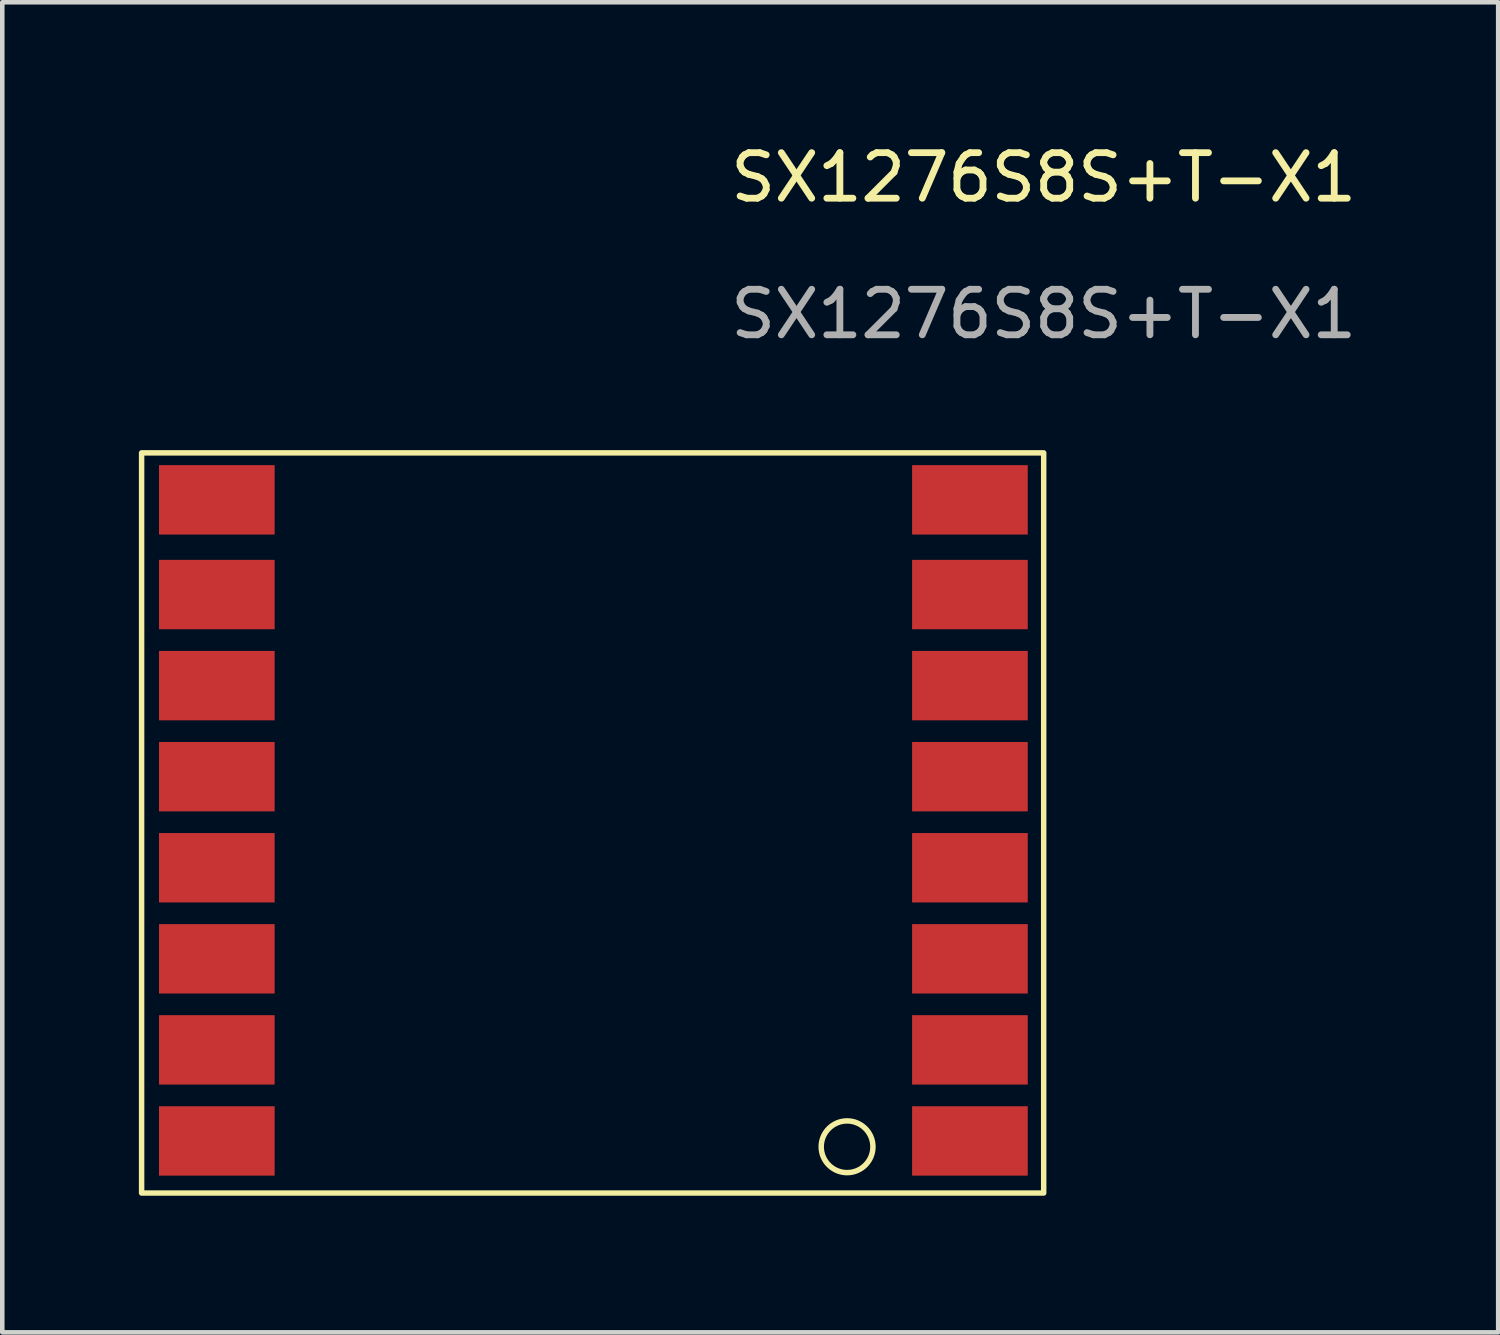
<source format=kicad_pcb>
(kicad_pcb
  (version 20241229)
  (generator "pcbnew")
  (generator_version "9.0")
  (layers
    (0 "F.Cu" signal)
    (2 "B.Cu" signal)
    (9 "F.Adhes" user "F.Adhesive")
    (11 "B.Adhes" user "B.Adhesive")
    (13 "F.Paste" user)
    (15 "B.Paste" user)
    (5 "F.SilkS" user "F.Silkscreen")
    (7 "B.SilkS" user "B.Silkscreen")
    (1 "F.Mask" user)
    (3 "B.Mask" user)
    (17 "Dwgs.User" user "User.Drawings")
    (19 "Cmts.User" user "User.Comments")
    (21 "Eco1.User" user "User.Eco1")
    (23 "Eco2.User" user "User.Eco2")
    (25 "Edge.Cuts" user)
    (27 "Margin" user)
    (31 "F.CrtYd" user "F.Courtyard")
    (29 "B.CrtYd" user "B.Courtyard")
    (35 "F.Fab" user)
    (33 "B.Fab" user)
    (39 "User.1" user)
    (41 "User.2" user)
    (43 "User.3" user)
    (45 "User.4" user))
  (footprint "SX1276S8S+T-X1"
    (layer "F.Cu")
    (at 9.712 14.008)
    (property "Reference" "SX1276S8S+T-X1" (at 10.16 -13.16 0) (unlocked yes) (layer "F.SilkS") (effects (font (size 1 1) (thickness 0.15))))
    (attr smd)
    (fp_rect (start -9.652 -7.112) (end 10.16 9.144) (stroke (width 0.12) (type solid)) (fill no) (layer "F.SilkS"))
    (fp_circle (center 5.842 8.128) (end 6.35 8.382) (stroke (width 0.12) (type solid)) (fill no) (layer "F.SilkS"))
    (fp_text user "${REFERENCE}" (at 10.16 -10.16 0) (unlocked yes) (layer "F.Fab") (effects (font (size 1 1) (thickness 0.15))))
    (pad "1" smd rect (at 8.54 8) (size 2.54 1.524) (layers "F.Cu" "F.Mask" "F.Paste"))
    (pad "2" smd rect (at 8.54 6) (size 2.54 1.524) (layers "F.Cu" "F.Mask" "F.Paste"))
    (pad "3" smd rect (at 8.54 4) (size 2.54 1.524) (layers "F.Cu" "F.Mask" "F.Paste"))
    (pad "4" smd rect (at 8.54 2) (size 2.54 1.524) (layers "F.Cu" "F.Mask" "F.Paste"))
    (pad "5" smd rect (at 8.54 0) (size 2.54 1.524) (layers "F.Cu" "F.Mask" "F.Paste"))
    (pad "6" smd rect (at 8.54 -2) (size 2.54 1.524) (layers "F.Cu" "F.Mask" "F.Paste"))
    (pad "7" smd rect (at 8.54 -4) (size 2.54 1.524) (layers "F.Cu" "F.Mask" "F.Paste"))
    (pad "8" smd rect (at 8.54 -6.08) (size 2.54 1.524) (layers "F.Cu" "F.Mask" "F.Paste"))
    (pad "9" smd rect (at -8 -6.08) (size 2.54 1.524) (layers "F.Cu" "F.Mask" "F.Paste"))
    (pad "10" smd rect (at -8 -4) (size 2.54 1.524) (layers "F.Cu" "F.Mask" "F.Paste"))
    (pad "11" smd rect (at -8 -2) (size 2.54 1.524) (layers "F.Cu" "F.Mask" "F.Paste"))
    (pad "12" smd rect (at -8 0) (size 2.54 1.524) (layers "F.Cu" "F.Mask" "F.Paste"))
    (pad "13" smd rect (at -8 2) (size 2.54 1.524) (layers "F.Cu" "F.Mask" "F.Paste"))
    (pad "14" smd rect (at -8 4) (size 2.54 1.524) (layers "F.Cu" "F.Mask" "F.Paste"))
    (pad "15" smd rect (at -8 6) (size 2.54 1.524) (layers "F.Cu" "F.Mask" "F.Paste"))
    (pad "16" smd rect (at -8 8) (size 2.54 1.524) (layers "F.Cu" "F.Mask" "F.Paste")))
  (gr_rect
    (start -3 -3)
    (end 29.854 26.212)
    (stroke (width 0.1) (type default))
    (fill no)
    (layer "Edge.Cuts")))
</source>
